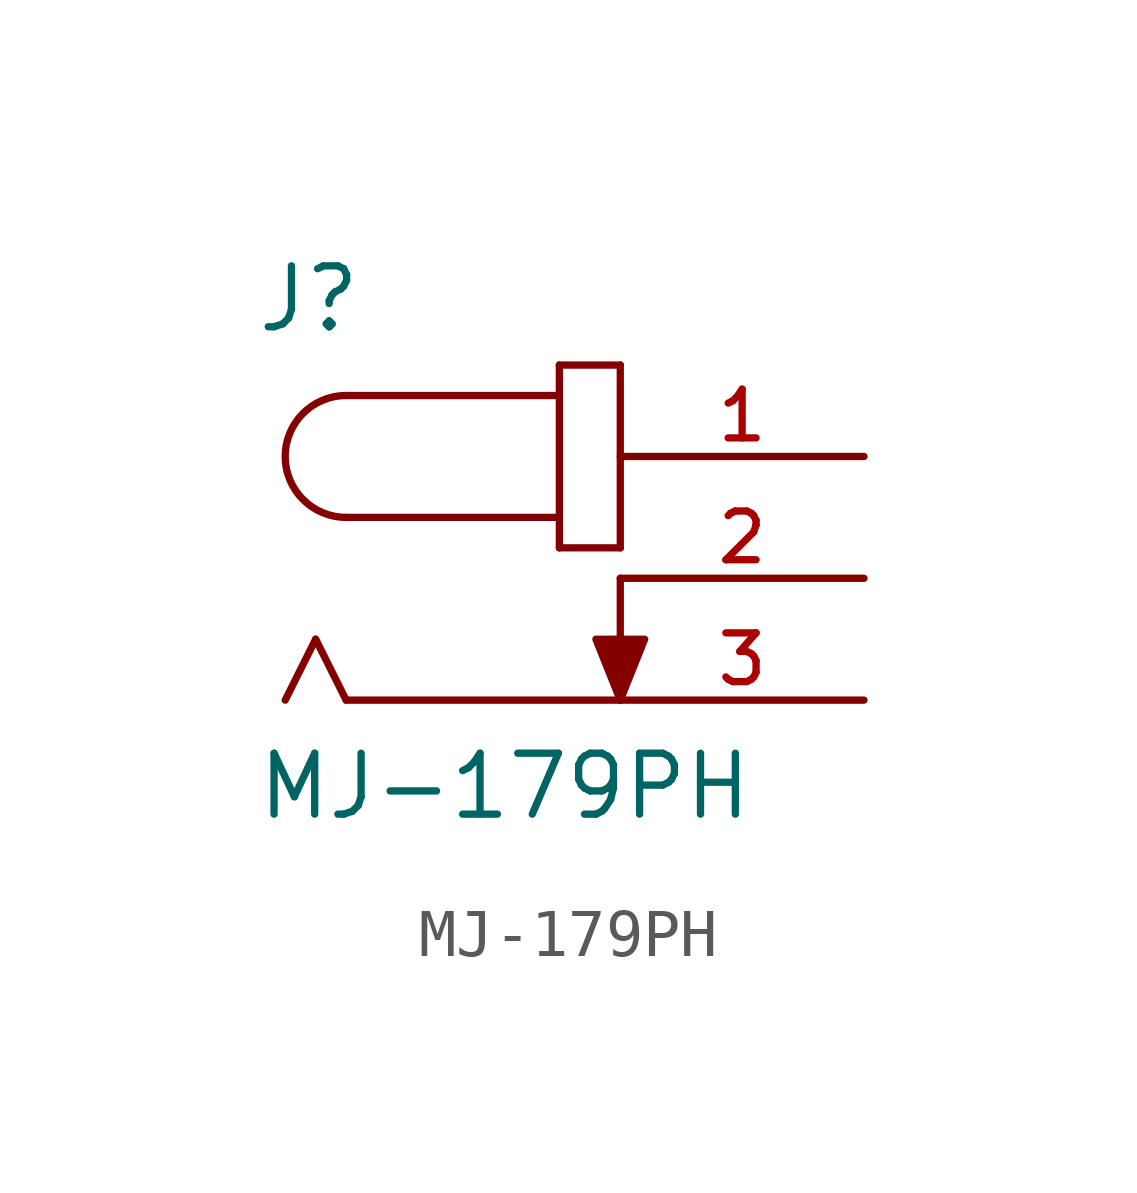
<source format=kicad_sym>
(kicad_symbol_lib
  (version 20211014)
  (generator kicad_symbol_editor)
  (symbol "MJ-179PH"
    (pin_names
      (offset 1.016))
    (property "Reference" "J"
      (at -7.62 5.08 0)
      (effects (font (size 1.27 1.27)) (justify bottom left)))
    (property "Value" "MJ-179PH"
      (at -7.62 -5.08 0)
      (effects (font (size 1.27 1.27)) (justify bottom left)))
    (symbol "MJ-179PH_0_0"
      (arc (start -5.715 3.81) (mid -6.985 2.54) (end -5.715 1.27) (stroke (width 0.1524) (type default) (color 0 0 0 0)) (fill (type none)))
      (polyline (pts (xy -5.715 3.81) (xy -1.27 3.81)) (stroke (width 0.152)))
      (polyline (pts (xy -1.27 3.81) (xy -1.27 1.27)) (stroke (width 0.152)))
      (polyline (pts (xy -1.27 1.27) (xy -5.715 1.27)) (stroke (width 0.152)))
      (polyline (pts (xy -1.27 1.27) (xy -1.27 0.635)) (stroke (width 0.152)))
      (polyline (pts (xy -1.27 0.635) (xy 0.0 0.635)) (stroke (width 0.152)))
      (polyline (pts (xy 0.0 0.635) (xy 0.0 4.445)) (stroke (width 0.152)))
      (polyline (pts (xy 0.0 4.445) (xy -1.27 4.445)) (stroke (width 0.152)))
      (polyline (pts (xy -1.27 4.445) (xy -1.27 3.81)) (stroke (width 0.152)))
      (polyline (pts (xy 0.0 -2.54) (xy -5.715 -2.54)) (stroke (width 0.152)))
      (polyline (pts (xy -5.715 -2.54) (xy -6.35 -1.27)) (stroke (width 0.152)))
      (polyline (pts (xy -6.35 -1.27) (xy -6.985 -2.54)) (stroke (width 0.152)))
      (polyline (pts (xy 0.0 0.0) (xy 0.0 -2.54)) (stroke (width 0.152)))
      (polyline (pts (xy 0.0 -2.54) (xy -0.508 -1.27) (xy 0.508 -1.27) (xy 0.0 -2.54)) (stroke (width 0.152)) (fill (type outline)))
      (pin passive line (at 5.08 2.54 180.0) (length 5.08) (name "~" (effects (font (size 1.016 1.016)))) (number "1" (effects (font (size 1.016 1.016)))))
      (pin passive line (at 5.08 0.0 180.0) (length 5.08) (name "~" (effects (font (size 1.016 1.016)))) (number "2" (effects (font (size 1.016 1.016)))))
      (pin passive line (at 5.08 -2.54 180.0) (length 5.08) (name "~" (effects (font (size 1.016 1.016)))) (number "3" (effects (font (size 1.016 1.016))))))))
</source>
